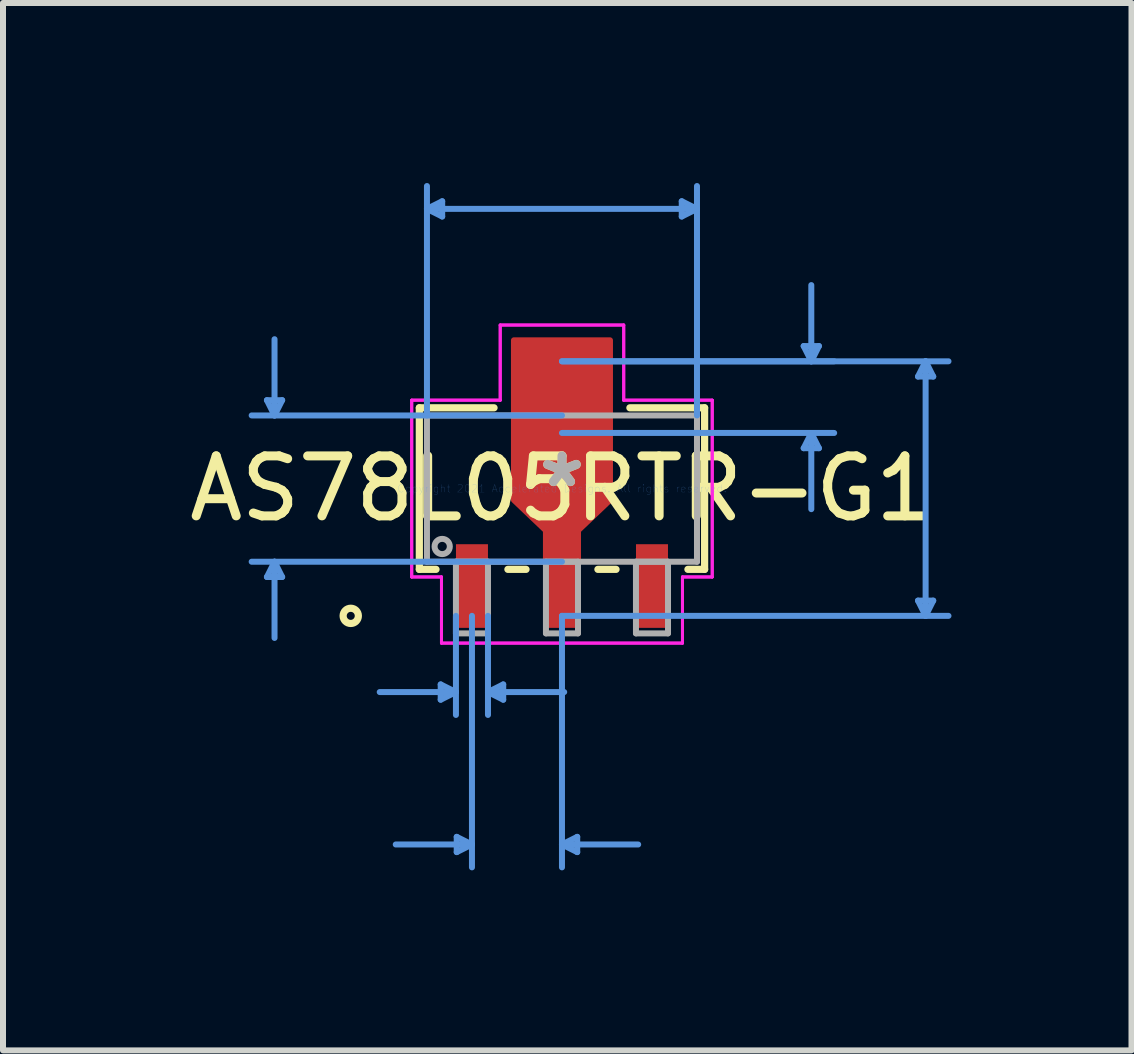
<source format=kicad_pcb>
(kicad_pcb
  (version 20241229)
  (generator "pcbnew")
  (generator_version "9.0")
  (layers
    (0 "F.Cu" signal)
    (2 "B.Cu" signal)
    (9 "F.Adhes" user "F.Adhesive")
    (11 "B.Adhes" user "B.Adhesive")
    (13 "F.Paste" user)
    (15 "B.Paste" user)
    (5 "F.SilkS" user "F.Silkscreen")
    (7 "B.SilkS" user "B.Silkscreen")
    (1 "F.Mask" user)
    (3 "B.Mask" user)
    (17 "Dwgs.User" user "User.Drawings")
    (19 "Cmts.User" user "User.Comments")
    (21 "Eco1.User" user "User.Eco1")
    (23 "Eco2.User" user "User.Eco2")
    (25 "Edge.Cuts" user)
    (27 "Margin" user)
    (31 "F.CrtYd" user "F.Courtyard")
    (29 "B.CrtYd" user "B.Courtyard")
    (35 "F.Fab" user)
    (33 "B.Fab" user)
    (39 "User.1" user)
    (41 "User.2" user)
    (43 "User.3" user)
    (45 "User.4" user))
  (footprint "AS78L05RTR-G1"
    (layer "F.Cu")
    (at 6.315 5.092)
    (property "Reference" "AS78L05RTR-G1" (at 0 0 0) (layer "F.SilkS") (effects (font (size 1 1) (thickness 0.15))))
    (attr through_hole)
    (fp_poly (pts (xy -0.267 1.219) (xy -0.267 0.698) (xy -0.8 0.19) (xy -0.8 -2.471) (xy -0.412 -2.471) (xy 0.412 -2.471) (xy 0.8 -2.471) (xy 0.8 0.19) (xy 0.267 0.698) (xy 0.267 1.219)) (stroke (width 0.1) (type solid)) (fill yes) (layer "F.Cu"))
    (fp_poly (pts (xy -0.267 1.219) (xy -0.267 0.698) (xy -0.8 0.19) (xy -0.8 -2.471) (xy 0.8 -2.471) (xy 0.8 0.19) (xy 0.267 0.698) (xy 0.267 1.219)) (stroke (width 0.1) (type solid)) (fill yes) (layer "F.Mask"))
    (fp_line (start -2.377 -1.346) (end -2.377 1.346) (stroke (width 0.12) (type solid)) (layer "F.SilkS"))
    (fp_line (start -2.377 1.346) (end -2.099 1.346) (stroke (width 0.12) (type solid)) (layer "F.SilkS"))
    (fp_line (start -1.132 -1.346) (end -2.377 -1.346) (stroke (width 0.12) (type solid)) (layer "F.SilkS"))
    (fp_line (start -0.901 1.346) (end -0.599 1.346) (stroke (width 0.12) (type solid)) (layer "F.SilkS"))
    (fp_line (start 0.599 1.346) (end 0.901 1.346) (stroke (width 0.12) (type solid)) (layer "F.SilkS"))
    (fp_line (start 2.099 1.346) (end 2.377 1.346) (stroke (width 0.12) (type solid)) (layer "F.SilkS"))
    (fp_line (start 2.377 -1.346) (end 1.132 -1.346) (stroke (width 0.12) (type solid)) (layer "F.SilkS"))
    (fp_line (start 2.377 1.346) (end 2.377 -1.346) (stroke (width 0.12) (type solid)) (layer "F.SilkS"))
    (fp_circle (center -3.52 2.121) (end -3.393 2.121) (stroke (width 0.12) (type solid)) (fill no) (layer "F.SilkS"))
    (fp_poly (pts (xy -0.267 1.219) (xy -0.267 0.698) (xy -0.8 0.19) (xy -0.8 -2.471) (xy 0.8 -2.471) (xy 0.8 0.19) (xy 0.267 0.698) (xy 0.267 1.219)) (stroke (width 0.1) (type solid)) (fill yes) (layer "F.Paste"))
    (fp_line (start -4.917 -1.473) (end -4.663 -1.473) (stroke (width 0.1) (type solid)) (layer "Cmts.User"))
    (fp_line (start -4.917 1.473) (end -4.663 1.473) (stroke (width 0.1) (type solid)) (layer "Cmts.User"))
    (fp_line (start -4.79 -1.219) (end -4.917 -1.473) (stroke (width 0.1) (type solid)) (layer "Cmts.User"))
    (fp_line (start -4.79 -1.219) (end -4.79 -2.489) (stroke (width 0.1) (type solid)) (layer "Cmts.User"))
    (fp_line (start -4.79 -1.219) (end -4.663 -1.473) (stroke (width 0.1) (type solid)) (layer "Cmts.User"))
    (fp_line (start -4.79 1.219) (end -4.917 1.473) (stroke (width 0.1) (type solid)) (layer "Cmts.User"))
    (fp_line (start -4.79 1.219) (end -4.79 2.489) (stroke (width 0.1) (type solid)) (layer "Cmts.User"))
    (fp_line (start -4.79 1.219) (end -4.663 1.473) (stroke (width 0.1) (type solid)) (layer "Cmts.User"))
    (fp_line (start -2.25 -4.661) (end -1.996 -4.788) (stroke (width 0.1) (type solid)) (layer "Cmts.User"))
    (fp_line (start -2.25 -4.661) (end -1.996 -4.534) (stroke (width 0.1) (type solid)) (layer "Cmts.User"))
    (fp_line (start -2.25 -4.661) (end 2.25 -4.661) (stroke (width 0.1) (type solid)) (layer "Cmts.User"))
    (fp_line (start -2.25 -1.219) (end -2.25 -5.042) (stroke (width 0.1) (type solid)) (layer "Cmts.User"))
    (fp_line (start -2.021 3.264) (end -2.021 3.518) (stroke (width 0.1) (type solid)) (layer "Cmts.User"))
    (fp_line (start -1.996 -4.788) (end -1.996 -4.534) (stroke (width 0.1) (type solid)) (layer "Cmts.User"))
    (fp_line (start -1.767 2.121) (end -1.767 3.772) (stroke (width 0.1) (type solid)) (layer "Cmts.User"))
    (fp_line (start -1.767 3.391) (end -3.037 3.391) (stroke (width 0.1) (type solid)) (layer "Cmts.User"))
    (fp_line (start -1.767 3.391) (end -2.021 3.264) (stroke (width 0.1) (type solid)) (layer "Cmts.User"))
    (fp_line (start -1.767 3.391) (end -2.021 3.518) (stroke (width 0.1) (type solid)) (layer "Cmts.User"))
    (fp_line (start -1.754 5.804) (end -1.754 6.058) (stroke (width 0.1) (type solid)) (layer "Cmts.User"))
    (fp_line (start -1.5 2.121) (end -1.5 6.312) (stroke (width 0.1) (type solid)) (layer "Cmts.User"))
    (fp_line (start -1.5 5.931) (end -2.77 5.931) (stroke (width 0.1) (type solid)) (layer "Cmts.User"))
    (fp_line (start -1.5 5.931) (end -1.754 5.804) (stroke (width 0.1) (type solid)) (layer "Cmts.User"))
    (fp_line (start -1.5 5.931) (end -1.754 6.058) (stroke (width 0.1) (type solid)) (layer "Cmts.User"))
    (fp_line (start -1.233 2.121) (end -1.233 3.772) (stroke (width 0.1) (type solid)) (layer "Cmts.User"))
    (fp_line (start -1.233 3.391) (end -0.979 3.264) (stroke (width 0.1) (type solid)) (layer "Cmts.User"))
    (fp_line (start -1.233 3.391) (end -0.979 3.518) (stroke (width 0.1) (type solid)) (layer "Cmts.User"))
    (fp_line (start -1.233 3.391) (end 0.037 3.391) (stroke (width 0.1) (type solid)) (layer "Cmts.User"))
    (fp_line (start -0.979 3.264) (end -0.979 3.518) (stroke (width 0.1) (type solid)) (layer "Cmts.User"))
    (fp_line (start 0 -2.121) (end 4.536 -2.121) (stroke (width 0.1) (type solid)) (layer "Cmts.User"))
    (fp_line (start 0 -2.121) (end 6.441 -2.121) (stroke (width 0.1) (type solid)) (layer "Cmts.User"))
    (fp_line (start 0 -1.219) (end -5.171 -1.219) (stroke (width 0.1) (type solid)) (layer "Cmts.User"))
    (fp_line (start 0 -0.927) (end 4.536 -0.927) (stroke (width 0.1) (type solid)) (layer "Cmts.User"))
    (fp_line (start 0 1.219) (end -5.171 1.219) (stroke (width 0.1) (type solid)) (layer "Cmts.User"))
    (fp_line (start 0 2.121) (end 0 6.312) (stroke (width 0.1) (type solid)) (layer "Cmts.User"))
    (fp_line (start 0 2.121) (end 6.441 2.121) (stroke (width 0.1) (type solid)) (layer "Cmts.User"))
    (fp_line (start 0 5.931) (end 0.254 5.804) (stroke (width 0.1) (type solid)) (layer "Cmts.User"))
    (fp_line (start 0 5.931) (end 0.254 6.058) (stroke (width 0.1) (type solid)) (layer "Cmts.User"))
    (fp_line (start 0 5.931) (end 1.27 5.931) (stroke (width 0.1) (type solid)) (layer "Cmts.User"))
    (fp_line (start 0.254 5.804) (end 0.254 6.058) (stroke (width 0.1) (type solid)) (layer "Cmts.User"))
    (fp_line (start 1.996 -4.788) (end 1.996 -4.534) (stroke (width 0.1) (type solid)) (layer "Cmts.User"))
    (fp_line (start 2.25 -4.661) (end 1.996 -4.788) (stroke (width 0.1) (type solid)) (layer "Cmts.User"))
    (fp_line (start 2.25 -4.661) (end 1.996 -4.534) (stroke (width 0.1) (type solid)) (layer "Cmts.User"))
    (fp_line (start 2.25 -1.219) (end 2.25 -5.042) (stroke (width 0.1) (type solid)) (layer "Cmts.User"))
    (fp_line (start 4.028 -2.375) (end 4.282 -2.375) (stroke (width 0.1) (type solid)) (layer "Cmts.User"))
    (fp_line (start 4.028 -0.673) (end 4.282 -0.673) (stroke (width 0.1) (type solid)) (layer "Cmts.User"))
    (fp_line (start 4.155 -2.121) (end 4.028 -2.375) (stroke (width 0.1) (type solid)) (layer "Cmts.User"))
    (fp_line (start 4.155 -2.121) (end 4.155 -3.391) (stroke (width 0.1) (type solid)) (layer "Cmts.User"))
    (fp_line (start 4.155 -2.121) (end 4.282 -2.375) (stroke (width 0.1) (type solid)) (layer "Cmts.User"))
    (fp_line (start 4.155 -0.927) (end 4.028 -0.673) (stroke (width 0.1) (type solid)) (layer "Cmts.User"))
    (fp_line (start 4.155 -0.927) (end 4.155 0.343) (stroke (width 0.1) (type solid)) (layer "Cmts.User"))
    (fp_line (start 4.155 -0.927) (end 4.282 -0.673) (stroke (width 0.1) (type solid)) (layer "Cmts.User"))
    (fp_line (start 5.933 -1.867) (end 6.187 -1.867) (stroke (width 0.1) (type solid)) (layer "Cmts.User"))
    (fp_line (start 5.933 1.867) (end 6.187 1.867) (stroke (width 0.1) (type solid)) (layer "Cmts.User"))
    (fp_line (start 6.06 -2.121) (end 5.933 -1.867) (stroke (width 0.1) (type solid)) (layer "Cmts.User"))
    (fp_line (start 6.06 -2.121) (end 6.06 2.121) (stroke (width 0.1) (type solid)) (layer "Cmts.User"))
    (fp_line (start 6.06 -2.121) (end 6.187 -1.867) (stroke (width 0.1) (type solid)) (layer "Cmts.User"))
    (fp_line (start 6.06 2.121) (end 5.933 1.867) (stroke (width 0.1) (type solid)) (layer "Cmts.User"))
    (fp_line (start 6.06 2.121) (end 6.187 1.867) (stroke (width 0.1) (type solid)) (layer "Cmts.User"))
    (fp_line (start -2.504 -1.473) (end -1.029 -1.473) (stroke (width 0.05) (type solid)) (layer "F.CrtYd"))
    (fp_line (start -2.504 -1.473) (end -1.029 -1.473) (stroke (width 0.05) (type solid)) (layer "F.CrtYd"))
    (fp_line (start -2.504 1.473) (end -2.504 -1.473) (stroke (width 0.05) (type solid)) (layer "F.CrtYd"))
    (fp_line (start -2.504 1.473) (end -2.504 -1.473) (stroke (width 0.05) (type solid)) (layer "F.CrtYd"))
    (fp_line (start -2.008 1.473) (end -2.504 1.473) (stroke (width 0.05) (type solid)) (layer "F.CrtYd"))
    (fp_line (start -2.008 1.473) (end -2.504 1.473) (stroke (width 0.05) (type solid)) (layer "F.CrtYd"))
    (fp_line (start -2.008 2.575) (end -2.008 1.473) (stroke (width 0.05) (type solid)) (layer "F.CrtYd"))
    (fp_line (start -2.008 2.575) (end -2.008 1.473) (stroke (width 0.05) (type solid)) (layer "F.CrtYd"))
    (fp_line (start -1.029 -2.725) (end 1.029 -2.725) (stroke (width 0.05) (type solid)) (layer "F.CrtYd"))
    (fp_line (start -1.029 -2.725) (end 1.029 -2.725) (stroke (width 0.05) (type solid)) (layer "F.CrtYd"))
    (fp_line (start -1.029 -1.473) (end -1.029 -2.725) (stroke (width 0.05) (type solid)) (layer "F.CrtYd"))
    (fp_line (start -1.029 -1.473) (end -1.029 -2.725) (stroke (width 0.05) (type solid)) (layer "F.CrtYd"))
    (fp_line (start 1.029 -2.725) (end 1.029 -1.473) (stroke (width 0.05) (type solid)) (layer "F.CrtYd"))
    (fp_line (start 1.029 -2.725) (end 1.029 -1.473) (stroke (width 0.05) (type solid)) (layer "F.CrtYd"))
    (fp_line (start 1.029 -1.473) (end 2.504 -1.473) (stroke (width 0.05) (type solid)) (layer "F.CrtYd"))
    (fp_line (start 1.029 -1.473) (end 2.504 -1.473) (stroke (width 0.05) (type solid)) (layer "F.CrtYd"))
    (fp_line (start 2.008 1.473) (end 2.008 2.575) (stroke (width 0.05) (type solid)) (layer "F.CrtYd"))
    (fp_line (start 2.008 1.473) (end 2.008 2.575) (stroke (width 0.05) (type solid)) (layer "F.CrtYd"))
    (fp_line (start 2.008 2.575) (end -2.008 2.575) (stroke (width 0.05) (type solid)) (layer "F.CrtYd"))
    (fp_line (start 2.008 2.575) (end -2.008 2.575) (stroke (width 0.05) (type solid)) (layer "F.CrtYd"))
    (fp_line (start 2.504 -1.473) (end 2.504 1.473) (stroke (width 0.05) (type solid)) (layer "F.CrtYd"))
    (fp_line (start 2.504 -1.473) (end 2.504 1.473) (stroke (width 0.05) (type solid)) (layer "F.CrtYd"))
    (fp_line (start 2.504 1.473) (end 2.008 1.473) (stroke (width 0.05) (type solid)) (layer "F.CrtYd"))
    (fp_line (start 2.504 1.473) (end 2.008 1.473) (stroke (width 0.05) (type solid)) (layer "F.CrtYd"))
    (fp_line (start -2.25 -1.219) (end -2.25 1.219) (stroke (width 0.1) (type solid)) (layer "F.Fab"))
    (fp_line (start -2.25 1.219) (end 2.25 1.219) (stroke (width 0.1) (type solid)) (layer "F.Fab"))
    (fp_line (start -1.767 1.219) (end -1.767 2.413) (stroke (width 0.1) (type solid)) (layer "F.Fab"))
    (fp_line (start -1.767 2.413) (end -1.233 2.413) (stroke (width 0.1) (type solid)) (layer "F.Fab"))
    (fp_line (start -1.233 1.219) (end -1.767 1.219) (stroke (width 0.1) (type solid)) (layer "F.Fab"))
    (fp_line (start -1.233 2.413) (end -1.233 1.219) (stroke (width 0.1) (type solid)) (layer "F.Fab"))
    (fp_line (start -0.267 1.219) (end -0.267 2.413) (stroke (width 0.1) (type solid)) (layer "F.Fab"))
    (fp_line (start -0.267 2.413) (end 0.267 2.413) (stroke (width 0.1) (type solid)) (layer "F.Fab"))
    (fp_line (start 0.267 1.219) (end -0.267 1.219) (stroke (width 0.1) (type solid)) (layer "F.Fab"))
    (fp_line (start 0.267 2.413) (end 0.267 1.219) (stroke (width 0.1) (type solid)) (layer "F.Fab"))
    (fp_line (start 1.233 1.219) (end 1.233 2.413) (stroke (width 0.1) (type solid)) (layer "F.Fab"))
    (fp_line (start 1.233 2.413) (end 1.767 2.413) (stroke (width 0.1) (type solid)) (layer "F.Fab"))
    (fp_line (start 1.767 1.219) (end 1.233 1.219) (stroke (width 0.1) (type solid)) (layer "F.Fab"))
    (fp_line (start 1.767 2.413) (end 1.767 1.219) (stroke (width 0.1) (type solid)) (layer "F.Fab"))
    (fp_line (start 2.25 -1.219) (end -2.25 -1.219) (stroke (width 0.1) (type solid)) (layer "F.Fab"))
    (fp_line (start 2.25 1.219) (end 2.25 -1.219) (stroke (width 0.1) (type solid)) (layer "F.Fab"))
    (fp_circle (center -1.996 0.965) (end -1.869 0.965) (stroke (width 0.1) (type solid)) (fill no) (layer "F.Fab"))
    (fp_text user "*" (at 0 0 0) (layer "F.SilkS") (effects (font (size 1 1) (thickness 0.15))))
    (fp_text user "Copyright 2021 Accelerated Designs. All rights reserved." (at 0 0 0) (layer "Cmts.User") (effects (font (size 0.127 0.127) (thickness 0.002))))
    (fp_text user "*" (at 0 0 0) (layer "F.Fab") (effects (font (size 1 1) (thickness 0.15))))
    (pad "1" smd rect (at -1.5 1.624) (size 0.533 1.394) (layers "F.Cu" "F.Mask" "F.Paste"))
    (pad "2" smd rect (at 0 1.624) (size 0.533 1.394) (layers "F.Cu" "F.Mask" "F.Paste"))
    (pad "3" smd rect (at 1.5 1.624) (size 0.533 1.394) (layers "F.Cu" "F.Mask" "F.Paste")))
  (gr_rect
    (start -3 -3)
    (end 15.806 14.454)
    (stroke (width 0.1) (type default))
    (fill no)
    (layer "Edge.Cuts")))
</source>
